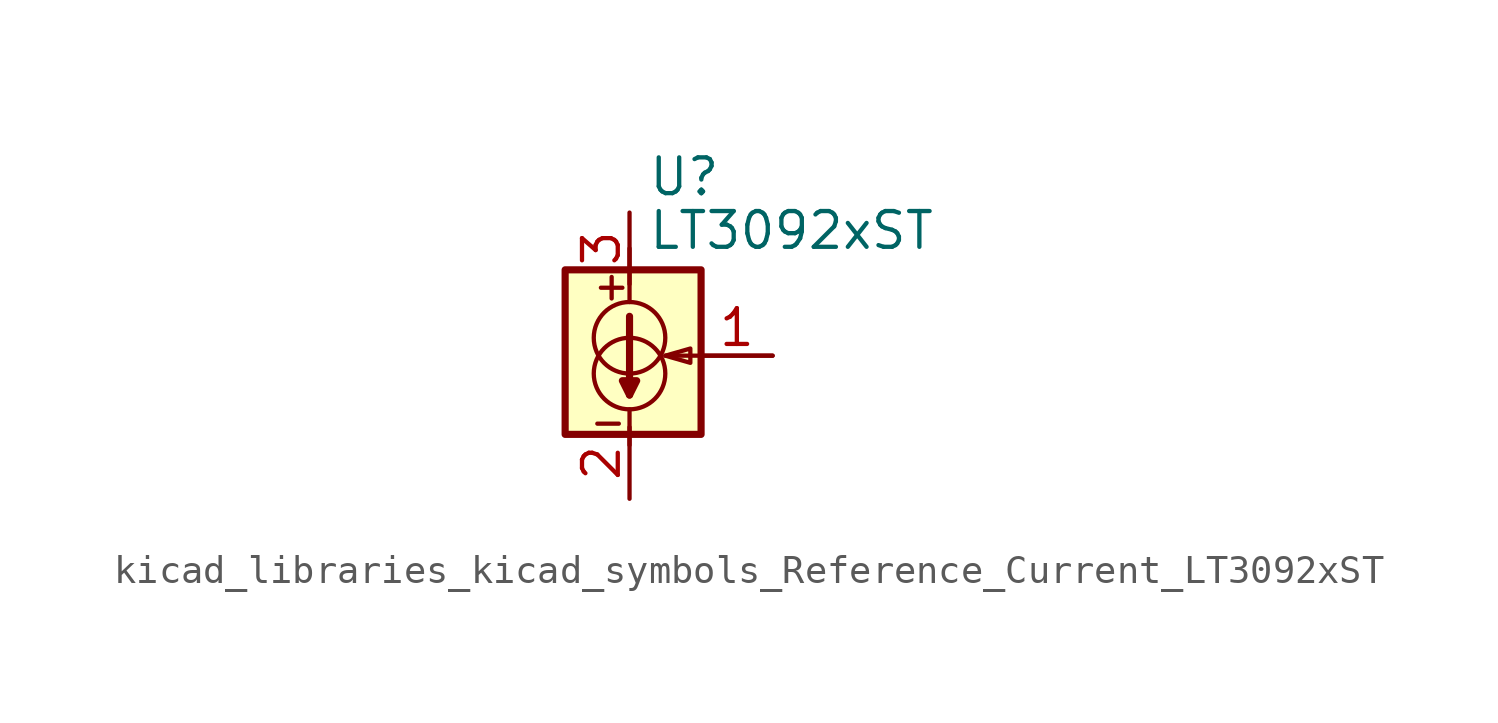
<source format=kicad_sym>
(kicad_symbol_lib
  (version 20220914)
  (generator kicad_symbol_editor)
  (symbol "kicad_libraries_kicad_symbols_Reference_Current_LT3092xST"
    (property "Reference" "U"
      (at 0.635 6.35 0)
      (effects (font (size 1.27 1.27)) (justify left)))
    (property "Value" "LT3092xST"
      (at 0.635 4.445 0)
      (effects (font (size 1.27 1.27)) (justify left)))
    (symbol "kicad_libraries_kicad_symbols_Reference_Current_LT3092xST_0_1"
      (rectangle (start -2.286 3.048) (end 2.54 -2.794) (stroke (width 0.254) (type default)) (fill (type background)))
      (circle (center 0 -0.635) (radius 1.27) (stroke (width 0) (type default)) (fill (type none)))
      (polyline (pts (xy -1.143 -2.413) (xy -0.381 -2.413)) (stroke (width 0) (type default)) (fill (type none)))
      (polyline (pts (xy -1.016 2.413) (xy -0.254 2.413)) (stroke (width 0) (type default)) (fill (type none)))
      (polyline (pts (xy -0.635 2.794) (xy -0.635 2.032)) (stroke (width 0) (type default)) (fill (type none)))
      (polyline (pts (xy 0 -1.905) (xy 0 -3.175)) (stroke (width 0) (type default)) (fill (type none)))
      (polyline (pts (xy 0 1.397) (xy 0 -1.397)) (stroke (width 0.254) (type default)) (fill (type none)))
      (polyline (pts (xy 0 3.81) (xy 0 1.905)) (stroke (width 0) (type default)) (fill (type none)))
      (polyline (pts (xy 5.08 0) (xy 1.27 0)) (stroke (width 0) (type default)) (fill (type none)))
      (polyline (pts (xy 0 -1.397) (xy -0.254 -0.889) (xy 0.254 -0.889) (xy 0 -1.397)) (stroke (width 0.254) (type default)) (fill (type none)))
      (polyline (pts (xy 1.27 0) (xy 2.159 0.254) (xy 2.159 -0.254) (xy 1.27 0)) (stroke (width 0) (type default)) (fill (type none)))
      (circle (center 0 0.635) (radius 1.27) (stroke (width 0) (type default)) (fill (type none))))
    (symbol "kicad_libraries_kicad_symbols_Reference_Current_LT3092xST_1_1"
      (pin passive line (at 5.08 0 180) (length 2.54) (name "~" (effects (font (size 1.27 1.27)))) (number "1" (effects (font (size 1.27 1.27)))))
      (pin passive line (at 0 -5.08 90) (length 2.54) (name "~" (effects (font (size 1.27 1.27)))) (number "2" (effects (font (size 1.27 1.27)))))
      (pin passive line (at 0 5.08 270) (length 2.54) (name "~" (effects (font (size 1.27 1.27)))) (number "3" (effects (font (size 1.27 1.27))))))))
</source>
